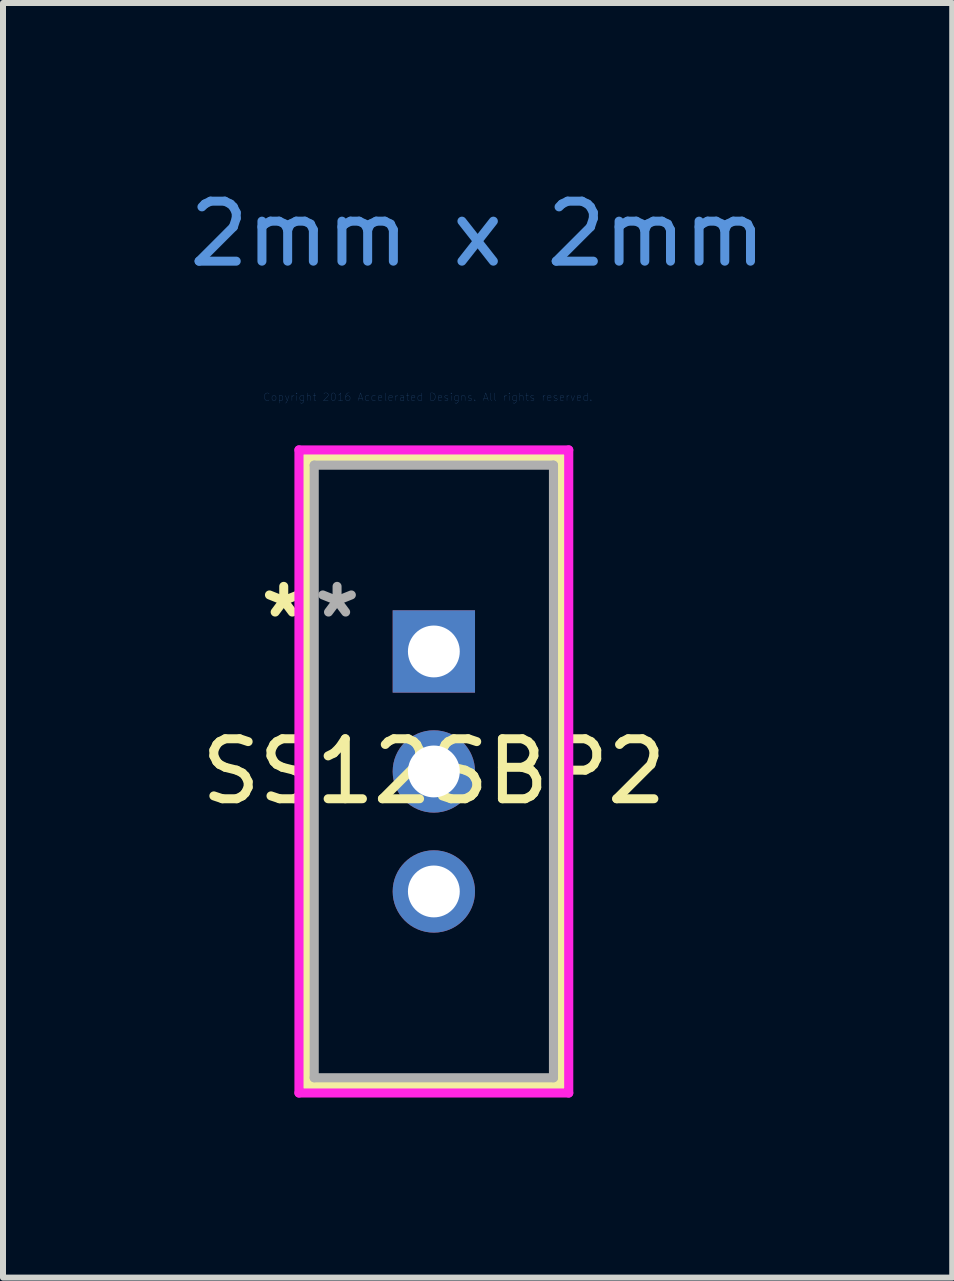
<source format=kicad_pcb>
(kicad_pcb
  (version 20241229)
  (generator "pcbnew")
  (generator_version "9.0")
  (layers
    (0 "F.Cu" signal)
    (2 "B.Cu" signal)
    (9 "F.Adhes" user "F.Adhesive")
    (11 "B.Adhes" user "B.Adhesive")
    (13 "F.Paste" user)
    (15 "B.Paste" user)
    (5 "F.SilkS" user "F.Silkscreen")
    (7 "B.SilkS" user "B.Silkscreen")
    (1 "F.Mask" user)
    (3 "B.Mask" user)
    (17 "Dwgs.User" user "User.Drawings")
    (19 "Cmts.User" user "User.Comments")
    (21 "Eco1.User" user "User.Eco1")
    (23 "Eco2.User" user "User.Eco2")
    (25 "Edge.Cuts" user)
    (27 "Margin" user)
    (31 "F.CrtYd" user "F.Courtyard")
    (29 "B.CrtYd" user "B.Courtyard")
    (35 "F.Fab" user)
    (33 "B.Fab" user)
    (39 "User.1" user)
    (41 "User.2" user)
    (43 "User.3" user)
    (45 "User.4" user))
  (footprint "SS12SBP2"
    (layer "F.Cu")
    (at 4.181 7.268)
    (property "Reference" "SS12SBP2" (at 0 2.54 0) (layer "F.SilkS") (effects (font (size 1 1) (thickness 0.15))))
    (attr through_hole)
    (fp_line (start -2.121 -2.692) (end -2.121 7.772) (stroke (width 0.152) (type solid)) (layer "F.SilkS"))
    (fp_line (start -2.121 7.772) (end 2.121 7.772) (stroke (width 0.152) (type solid)) (layer "F.SilkS"))
    (fp_line (start 2.121 -2.692) (end -2.121 -2.692) (stroke (width 0.152) (type solid)) (layer "F.SilkS"))
    (fp_line (start 2.121 7.772) (end 2.121 -2.692) (stroke (width 0.152) (type solid)) (layer "F.SilkS"))
    (fp_line (start -2.248 -2.819) (end -2.248 7.899) (stroke (width 0.152) (type solid)) (layer "F.CrtYd"))
    (fp_line (start -2.248 7.899) (end 2.248 7.899) (stroke (width 0.152) (type solid)) (layer "F.CrtYd"))
    (fp_line (start 2.248 -2.819) (end -2.248 -2.819) (stroke (width 0.152) (type solid)) (layer "F.CrtYd"))
    (fp_line (start 2.248 7.899) (end 2.248 -2.819) (stroke (width 0.152) (type solid)) (layer "F.CrtYd"))
    (fp_line (start -1.994 -2.565) (end -1.994 7.645) (stroke (width 0.152) (type solid)) (layer "F.Fab"))
    (fp_line (start -1.994 7.645) (end 1.994 7.645) (stroke (width 0.152) (type solid)) (layer "F.Fab"))
    (fp_line (start 0 2.54) (end 0 2.54) (stroke (width 0.152) (type solid)) (layer "F.Fab"))
    (fp_line (start 0 2.54) (end 0 2.54) (stroke (width 0.152) (type solid)) (layer "F.Fab"))
    (fp_line (start 0 2.54) (end 0 2.54) (stroke (width 0.152) (type solid)) (layer "F.Fab"))
    (fp_line (start 0 2.54) (end 0 2.54) (stroke (width 0.152) (type solid)) (layer "F.Fab"))
    (fp_line (start 1.994 -2.565) (end -1.994 -2.565) (stroke (width 0.152) (type solid)) (layer "F.Fab"))
    (fp_line (start 1.994 7.645) (end 1.994 -2.565) (stroke (width 0.152) (type solid)) (layer "F.Fab"))
    (fp_text user "*" (at -2.502 0 0) (layer "F.SilkS") (effects (font (size 1 1) (thickness 0.15))))
    (fp_text user "2mm x 2mm" (at 0.73 -6.42 0) (layer "Cmts.User") (effects (font (size 1 1) (thickness 0.15))))
    (fp_text user "Copyright 2016 Accelerated Designs. All rights reserved." (at -0.1 -3.7 0) (layer "Cmts.User") (effects (font (size 0.127 0.127) (thickness 0.002))))
    (fp_text user "*" (at -1.613 0 0) (layer "F.Fab") (effects (font (size 1 1) (thickness 0.15))))
    (pad "1" thru_hole rect (at 0 0.54) (size 1.372 1.372) (drill 0.864) (layers "*.Cu" "*.Mask"))
    (pad "2" thru_hole circle (at 0 2.54) (size 1.372 1.372) (drill 0.864) (layers "*.Cu" "*.Mask"))
    (pad "3" thru_hole circle (at 0 4.54) (size 1.372 1.372) (drill 0.864) (layers "*.Cu" "*.Mask")))
  (gr_rect
    (start -3 -3)
    (end 12.821 18.244)
    (stroke (width 0.1) (type default))
    (fill no)
    (layer "Edge.Cuts")))
</source>
